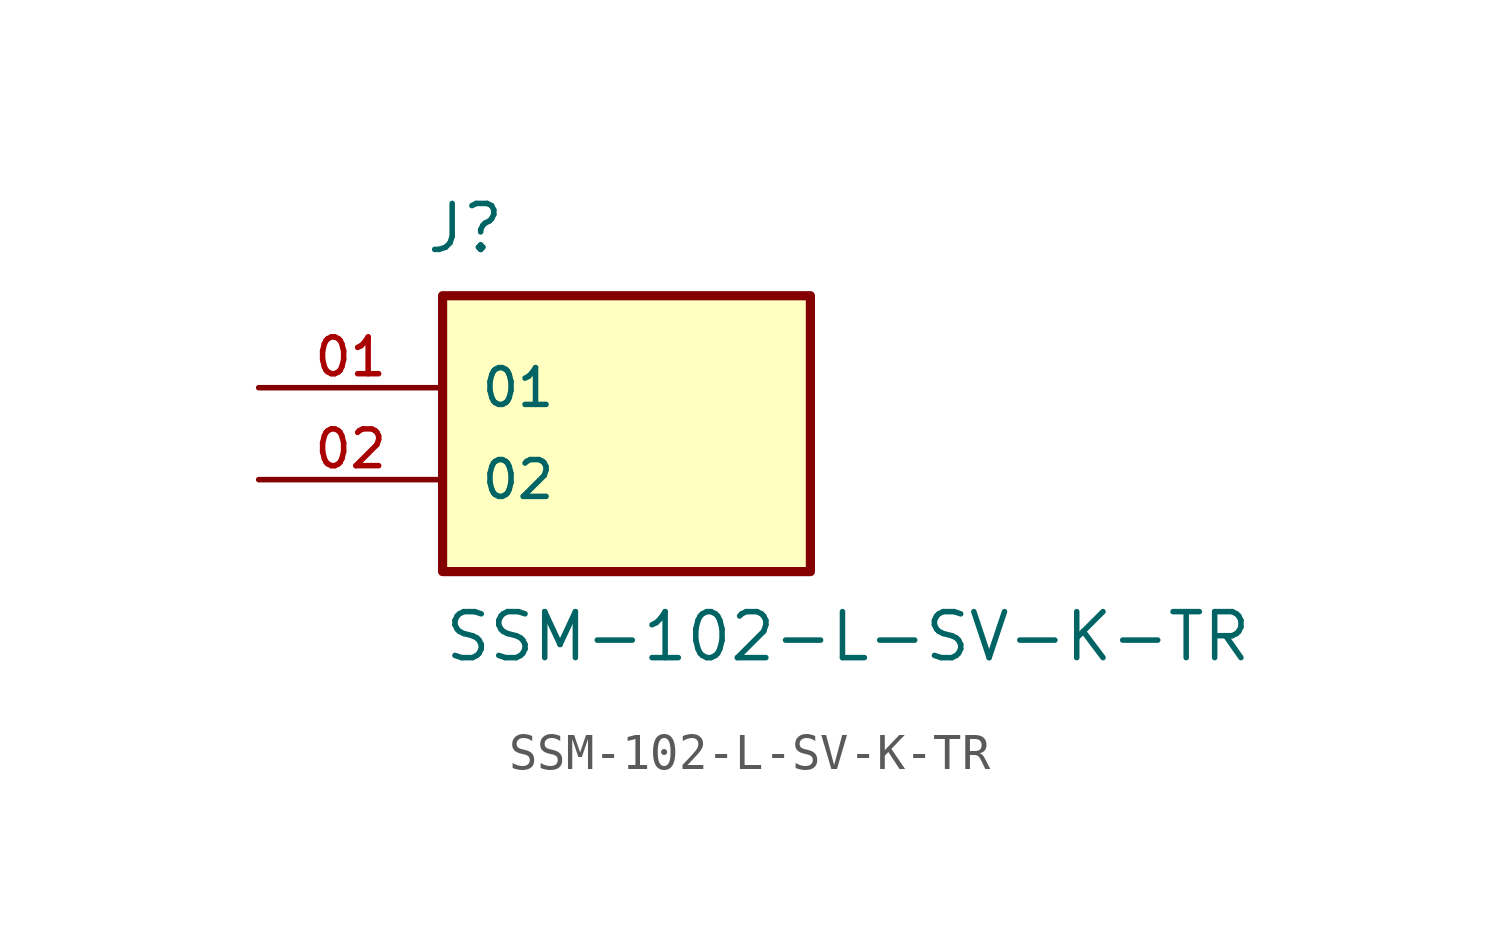
<source format=kicad_sym>
(kicad_symbol_lib
  (version 20211014)
  (generator kicad_symbol_editor)
  (symbol "SSM-102-L-SV-K-TR"
    (pin_names
      (offset 1.016))
    (property "Reference" "J"
      (at -5.58 3.656 0)
      (effects (font (size 1.27 1.27)) (justify bottom left)))
    (property "Value" "SSM-102-L-SV-K-TR"
      (at -5.08 -7.62 0)
      (effects (font (size 1.27 1.27)) (justify bottom left)))
    (symbol "SSM-102-L-SV-K-TR_0_0"
      (rectangle (start -5.08 -5.08) (end 5.08 2.54) (stroke (width 0.254)) (fill (type background)))
      (pin passive line (at -10.16 0.0 0) (length 5.08) (name "01" (effects (font (size 1.016 1.016)))) (number "01" (effects (font (size 1.016 1.016)))))
      (pin passive line (at -10.16 -2.54 0) (length 5.08) (name "02" (effects (font (size 1.016 1.016)))) (number "02" (effects (font (size 1.016 1.016))))))))
</source>
